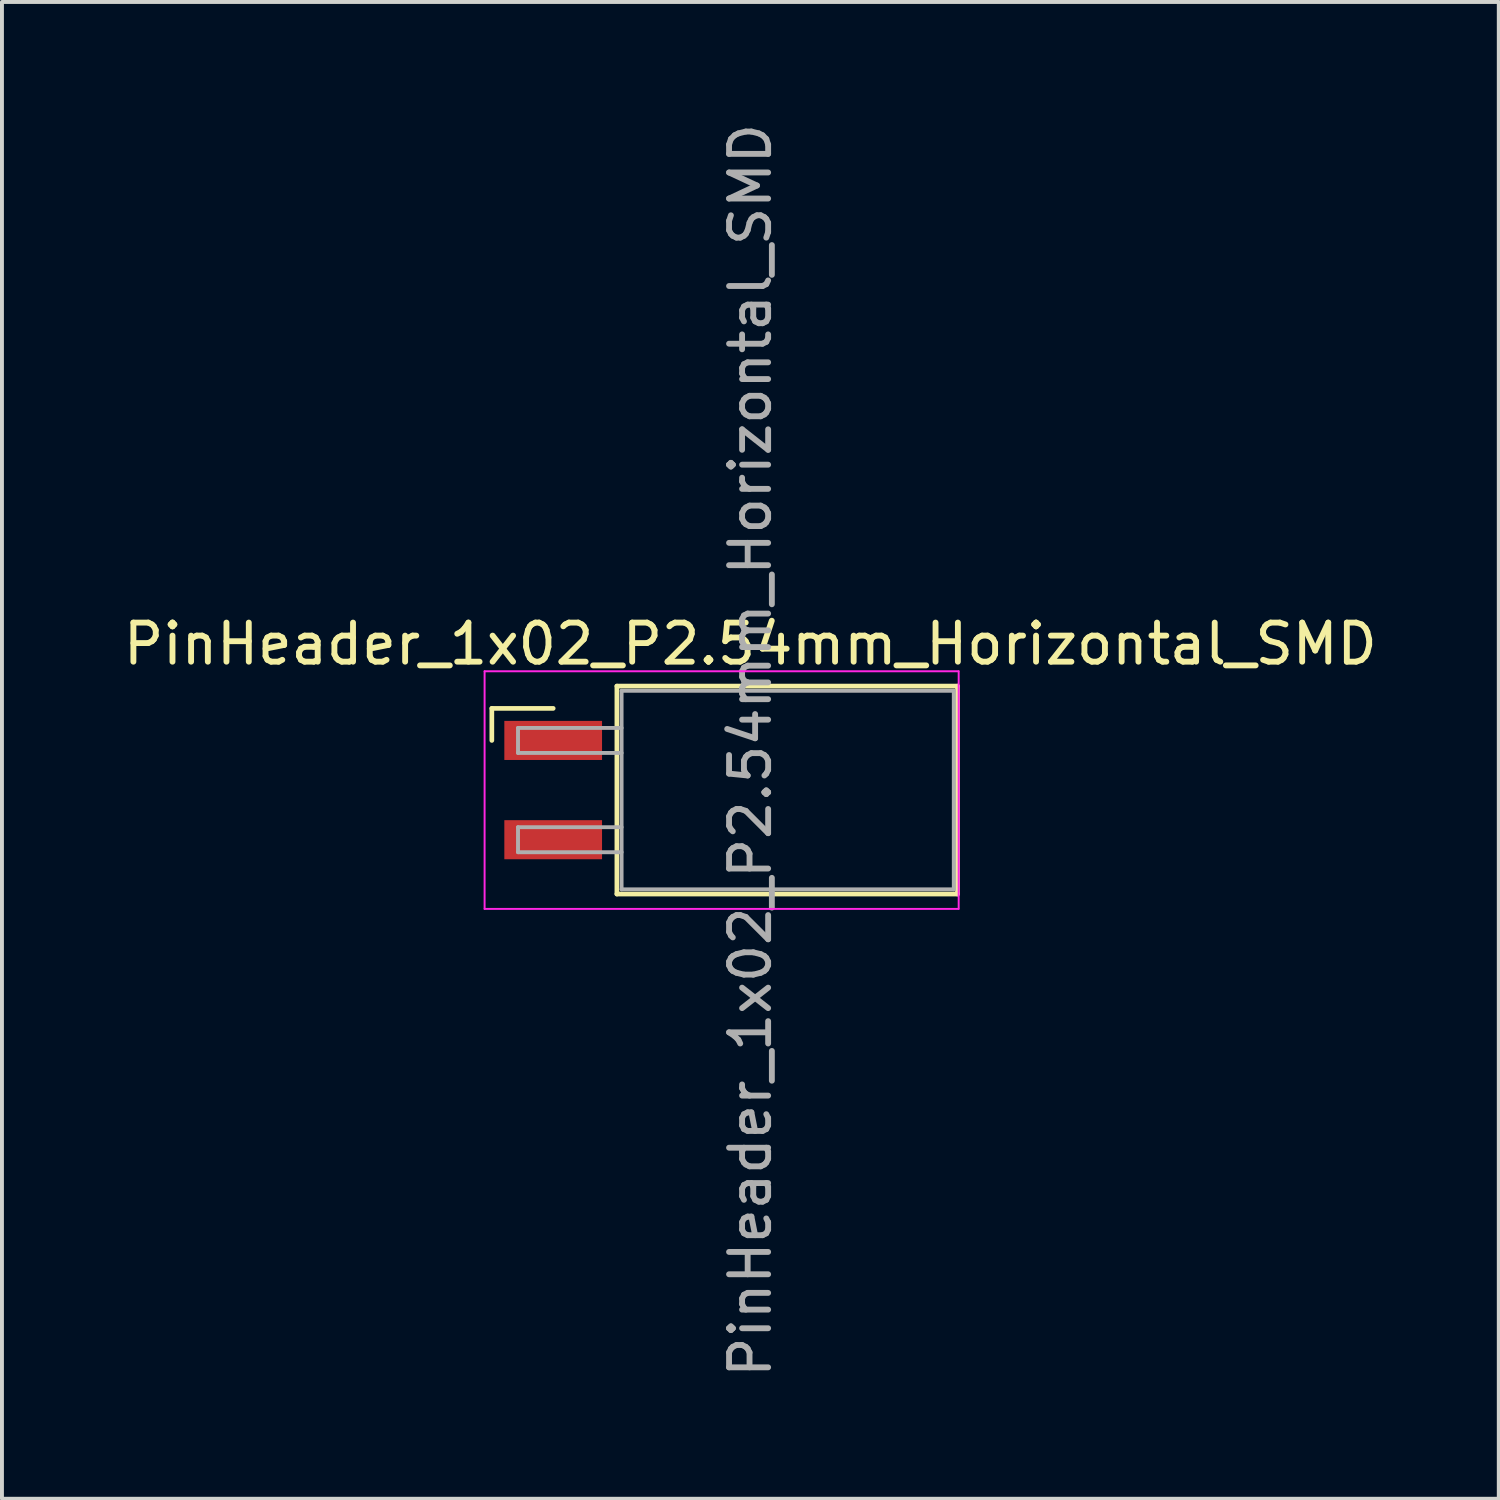
<source format=kicad_pcb>
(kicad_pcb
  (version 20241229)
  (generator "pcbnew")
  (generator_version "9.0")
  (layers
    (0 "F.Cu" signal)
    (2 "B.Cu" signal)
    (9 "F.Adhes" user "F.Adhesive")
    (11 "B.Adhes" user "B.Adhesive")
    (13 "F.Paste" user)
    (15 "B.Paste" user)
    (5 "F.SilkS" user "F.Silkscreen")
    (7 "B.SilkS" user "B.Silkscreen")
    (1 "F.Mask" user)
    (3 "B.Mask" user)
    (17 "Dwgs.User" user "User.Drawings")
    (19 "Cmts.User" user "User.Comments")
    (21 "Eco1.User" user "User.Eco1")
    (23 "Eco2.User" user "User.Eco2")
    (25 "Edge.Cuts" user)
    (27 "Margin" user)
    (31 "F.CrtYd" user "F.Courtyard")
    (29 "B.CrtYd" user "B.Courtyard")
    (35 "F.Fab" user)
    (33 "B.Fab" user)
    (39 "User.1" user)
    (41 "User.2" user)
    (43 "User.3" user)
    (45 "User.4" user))
  (footprint "PinHeader_1x02_P2.54mm_Horizontal_SMD"
    (layer "F.Cu")
    (at 16.629 18.435)
    (property "Reference" "PinHeader_1x02_P2.54mm_Horizontal_SMD" (at -0.48 -5.01 180) (layer "F.SilkS") (effects (font (size 1 1) (thickness 0.15))))
    (attr smd)
    (fp_line (start -7.095 -3.36) (end -5.525 -3.36) (stroke (width 0.12) (type solid)) (layer "F.SilkS"))
    (fp_line (start -7.095 -2.54) (end -7.095 -3.36) (stroke (width 0.12) (type solid)) (layer "F.SilkS"))
    (fp_line (start -3.895 -3.93) (end 4.82 -3.93) (stroke (width 0.12) (type solid)) (layer "F.SilkS"))
    (fp_line (start -3.895 1.39) (end -3.895 -3.93) (stroke (width 0.12) (type solid)) (layer "F.SilkS"))
    (fp_line (start 4.82 -3.93) (end 4.82 1.39) (stroke (width 0.12) (type solid)) (layer "F.SilkS"))
    (fp_line (start 4.82 1.39) (end -3.895 1.39) (stroke (width 0.12) (type solid)) (layer "F.SilkS"))
    (fp_line (start -7.28 -4.31) (end 4.845 -4.31) (stroke (width 0.05) (type solid)) (layer "F.CrtYd"))
    (fp_line (start -7.28 1.77) (end -7.28 -4.31) (stroke (width 0.05) (type solid)) (layer "F.CrtYd"))
    (fp_line (start 4.845 1.77) (end -7.28 1.77) (stroke (width 0.05) (type solid)) (layer "F.CrtYd"))
    (fp_line (start 4.85 -4.31) (end 4.85 1.77) (stroke (width 0.05) (type solid)) (layer "F.CrtYd"))
    (fp_line (start -6.425 -2.86) (end -6.425 -2.22) (stroke (width 0.1) (type solid)) (layer "F.Fab"))
    (fp_line (start -6.425 -2.22) (end -3.775 -2.22) (stroke (width 0.1) (type solid)) (layer "F.Fab"))
    (fp_line (start -6.425 -0.32) (end -6.425 0.32) (stroke (width 0.1) (type solid)) (layer "F.Fab"))
    (fp_line (start -6.425 0.32) (end -3.775 0.32) (stroke (width 0.1) (type solid)) (layer "F.Fab"))
    (fp_line (start -3.775 -3.81) (end 4.725 -3.81) (stroke (width 0.1) (type solid)) (layer "F.Fab"))
    (fp_line (start -3.775 -2.86) (end -6.425 -2.86) (stroke (width 0.1) (type solid)) (layer "F.Fab"))
    (fp_line (start -3.775 -0.32) (end -6.425 -0.32) (stroke (width 0.1) (type solid)) (layer "F.Fab"))
    (fp_line (start -3.775 1.27) (end -3.775 -3.81) (stroke (width 0.1) (type solid)) (layer "F.Fab"))
    (fp_line (start 4.725 -3.81) (end 4.725 1.27) (stroke (width 0.1) (type solid)) (layer "F.Fab"))
    (fp_line (start 4.725 1.27) (end -3.775 1.27) (stroke (width 0.1) (type solid)) (layer "F.Fab"))
    (fp_text user "${REFERENCE}" (at -0.48 -2.286 270) (layer "F.Fab") (effects (font (size 1 1) (thickness 0.15))))
    (pad "1" smd rect (at -5.525 -2.54) (size 2.5 1) (layers "F.Cu" "F.Mask" "F.Paste"))
    (pad "2" smd rect (at -5.525 0) (size 2.5 1) (layers "F.Cu" "F.Mask" "F.Paste")))
  (gr_rect
    (start -3 -3)
    (end 35.298 35.298)
    (stroke (width 0.1) (type default))
    (fill no)
    (layer "Edge.Cuts")))
</source>
